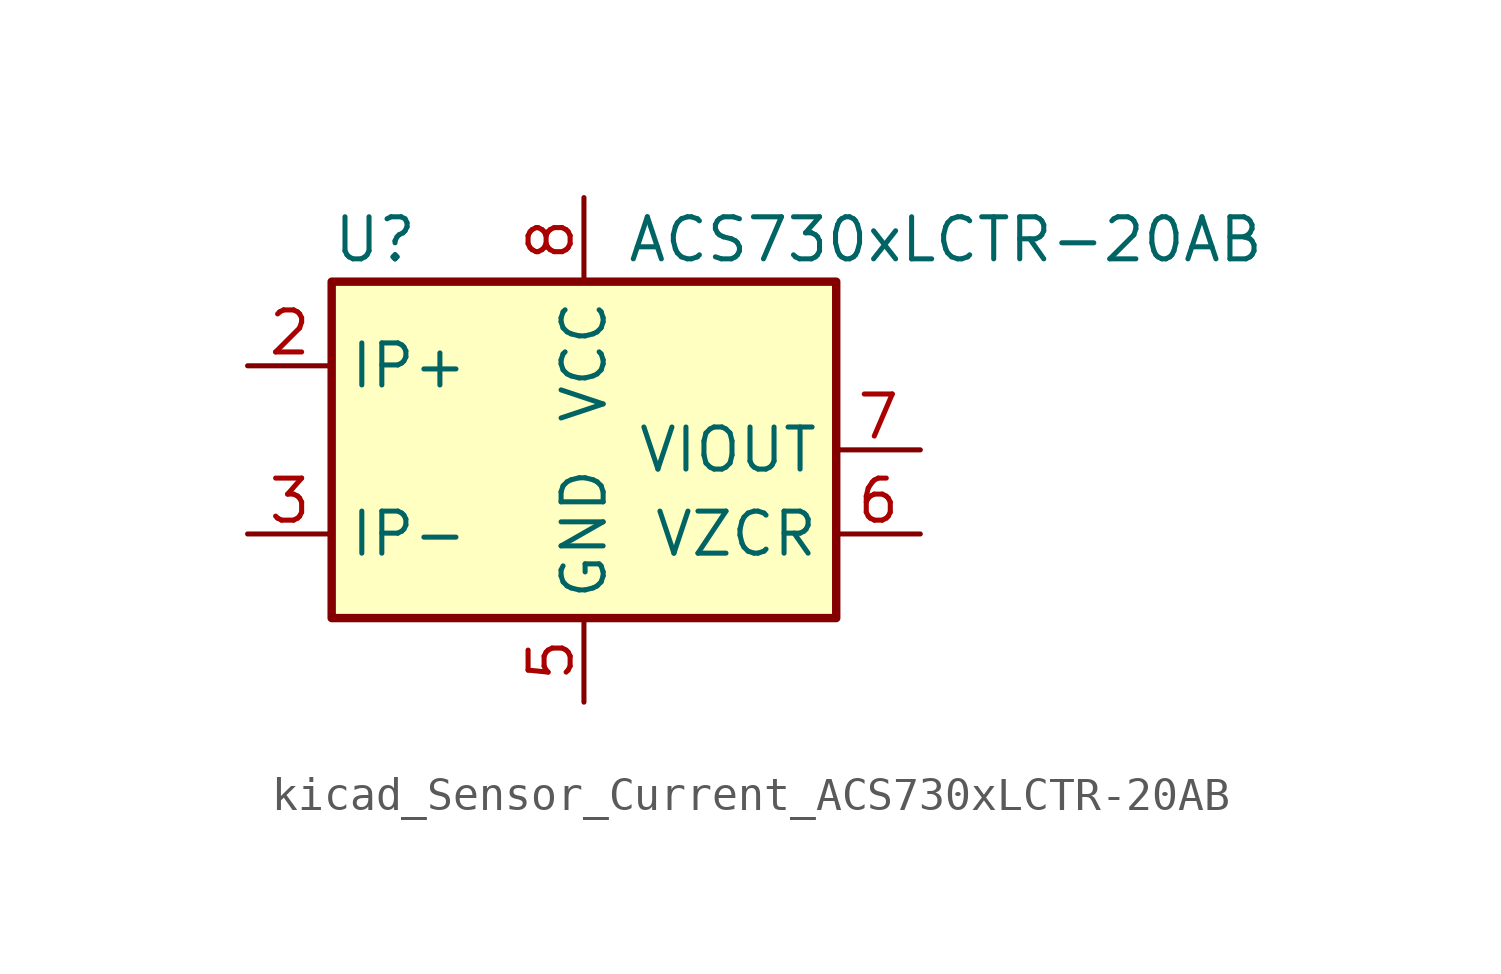
<source format=kicad_sym>
(kicad_symbol_lib
  (version 20220914)
  (generator kicad_symbol_editor)
  (symbol "kicad_Sensor_Current_ACS730xLCTR-20AB"
    (property "Reference" "U"
      (at -7.62 6.35 0)
      (effects (font (size 1.27 1.27)) (justify left)))
    (property "Value" "ACS730xLCTR-20AB"
      (at 1.27 6.35 0)
      (effects (font (size 1.27 1.27)) (justify left)))
    (symbol "kicad_Sensor_Current_ACS730xLCTR-20AB_0_1"
      (rectangle (start -7.62 5.08) (end 7.62 -5.08) (stroke (width 0.254) (type default)) (fill (type background))))
    (symbol "kicad_Sensor_Current_ACS730xLCTR-20AB_1_1"
      (pin passive line (at -10.16 2.54 0) (length 2.54) hide (name "IP+" (effects (font (size 1.27 1.27)))) (number "1" (effects (font (size 1.27 1.27)))))
      (pin passive line (at -10.16 2.54 0) (length 2.54) (name "IP+" (effects (font (size 1.27 1.27)))) (number "2" (effects (font (size 1.27 1.27)))))
      (pin passive line (at -10.16 -2.54 0) (length 2.54) (name "IP-" (effects (font (size 1.27 1.27)))) (number "3" (effects (font (size 1.27 1.27)))))
      (pin passive line (at -10.16 -2.54 0) (length 2.54) hide (name "IP-" (effects (font (size 1.27 1.27)))) (number "4" (effects (font (size 1.27 1.27)))))
      (pin power_in line (at 0 -7.62 90) (length 2.54) (name "GND" (effects (font (size 1.27 1.27)))) (number "5" (effects (font (size 1.27 1.27)))))
      (pin passive line (at 10.16 -2.54 180) (length 2.54) (name "VZCR" (effects (font (size 1.27 1.27)))) (number "6" (effects (font (size 1.27 1.27)))))
      (pin output line (at 10.16 0 180) (length 2.54) (name "VIOUT" (effects (font (size 1.27 1.27)))) (number "7" (effects (font (size 1.27 1.27)))))
      (pin power_in line (at 0 7.62 270) (length 2.54) (name "VCC" (effects (font (size 1.27 1.27)))) (number "8" (effects (font (size 1.27 1.27))))))))
</source>
